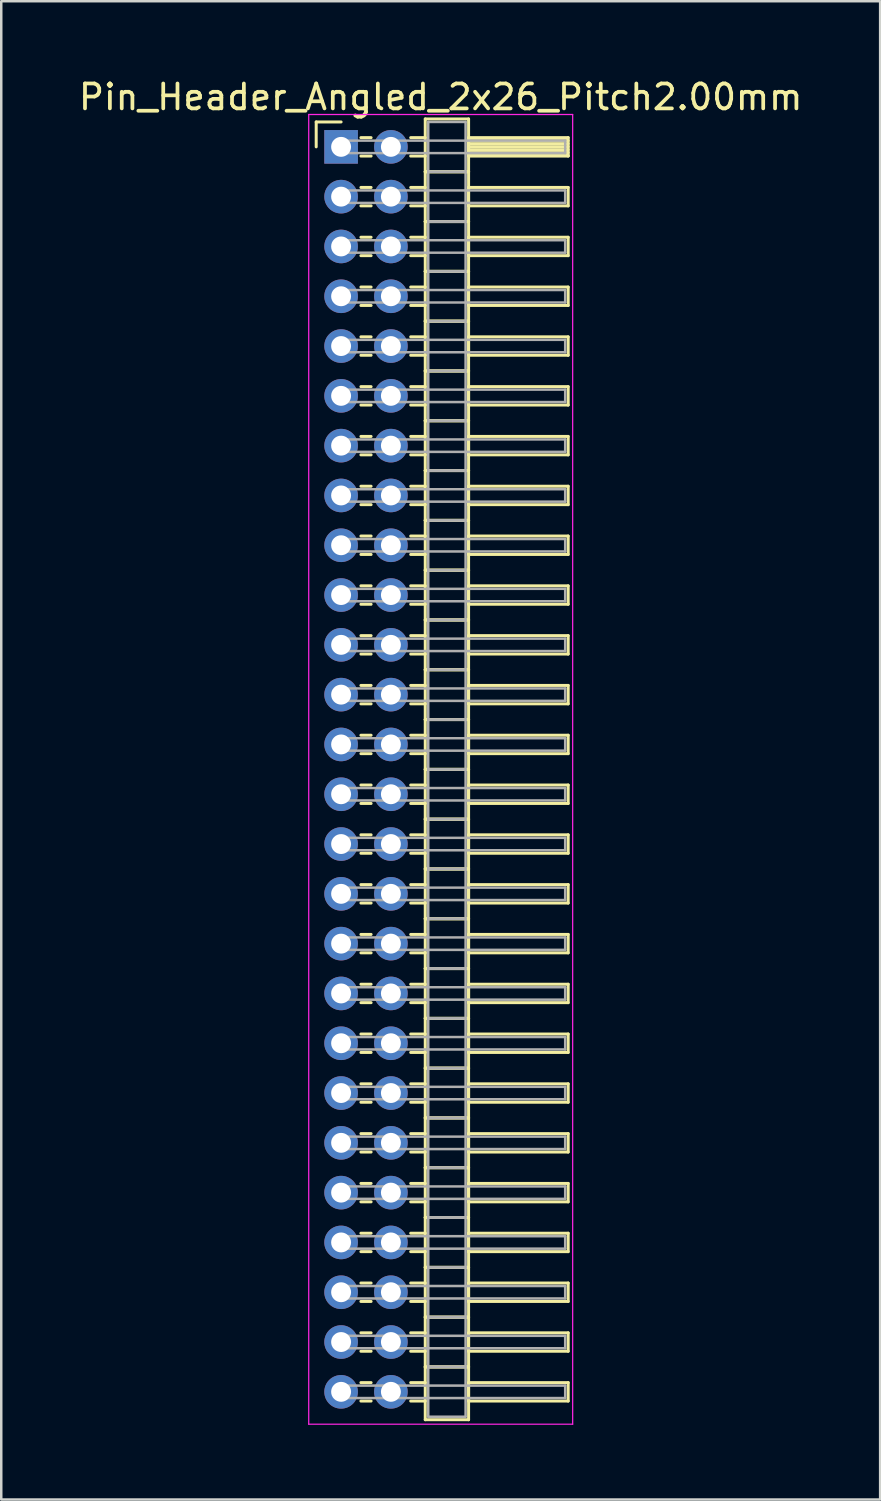
<source format=kicad_pcb>
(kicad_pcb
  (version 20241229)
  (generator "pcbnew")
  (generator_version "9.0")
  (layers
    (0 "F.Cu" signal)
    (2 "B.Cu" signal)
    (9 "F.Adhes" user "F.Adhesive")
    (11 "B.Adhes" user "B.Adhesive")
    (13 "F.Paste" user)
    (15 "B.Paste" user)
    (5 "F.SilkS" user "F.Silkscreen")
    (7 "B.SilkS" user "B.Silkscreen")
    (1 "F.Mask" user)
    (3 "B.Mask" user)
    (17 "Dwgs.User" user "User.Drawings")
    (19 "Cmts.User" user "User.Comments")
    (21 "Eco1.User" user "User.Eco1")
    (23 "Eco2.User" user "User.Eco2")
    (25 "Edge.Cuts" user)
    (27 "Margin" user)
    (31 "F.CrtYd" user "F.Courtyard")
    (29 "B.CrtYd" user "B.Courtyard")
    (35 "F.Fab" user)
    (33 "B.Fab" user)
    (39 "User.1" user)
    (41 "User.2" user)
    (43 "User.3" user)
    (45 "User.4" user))
  (footprint "Pin_Header_Angled_2x26_Pitch2.00mm"
    (layer "F.Cu")
    (at 10.649 2.848)
    (property "Reference" "Pin_Header_Angled_2x26_Pitch2.00mm" (at 4 -2 0) (layer "F.SilkS") (effects (font (size 1 1) (thickness 0.15))))
    (attr through_hole)
    (fp_line (start -1 -1) (end 0 -1) (stroke (width 0.12) (type solid)) (layer "F.SilkS"))
    (fp_line (start -1 0) (end -1 -1) (stroke (width 0.12) (type solid)) (layer "F.SilkS"))
    (fp_line (start 0.795 -0.37) (end 1.205 -0.37) (stroke (width 0.12) (type solid)) (layer "F.SilkS"))
    (fp_line (start 0.795 0.37) (end 1.205 0.37) (stroke (width 0.12) (type solid)) (layer "F.SilkS"))
    (fp_line (start 0.795 1.63) (end 1.205 1.63) (stroke (width 0.12) (type solid)) (layer "F.SilkS"))
    (fp_line (start 0.795 2.37) (end 1.205 2.37) (stroke (width 0.12) (type solid)) (layer "F.SilkS"))
    (fp_line (start 0.795 3.63) (end 1.205 3.63) (stroke (width 0.12) (type solid)) (layer "F.SilkS"))
    (fp_line (start 0.795 4.37) (end 1.205 4.37) (stroke (width 0.12) (type solid)) (layer "F.SilkS"))
    (fp_line (start 0.795 5.63) (end 1.205 5.63) (stroke (width 0.12) (type solid)) (layer "F.SilkS"))
    (fp_line (start 0.795 6.37) (end 1.205 6.37) (stroke (width 0.12) (type solid)) (layer "F.SilkS"))
    (fp_line (start 0.795 7.63) (end 1.205 7.63) (stroke (width 0.12) (type solid)) (layer "F.SilkS"))
    (fp_line (start 0.795 8.37) (end 1.205 8.37) (stroke (width 0.12) (type solid)) (layer "F.SilkS"))
    (fp_line (start 0.795 9.63) (end 1.205 9.63) (stroke (width 0.12) (type solid)) (layer "F.SilkS"))
    (fp_line (start 0.795 10.37) (end 1.205 10.37) (stroke (width 0.12) (type solid)) (layer "F.SilkS"))
    (fp_line (start 0.795 11.63) (end 1.205 11.63) (stroke (width 0.12) (type solid)) (layer "F.SilkS"))
    (fp_line (start 0.795 12.37) (end 1.205 12.37) (stroke (width 0.12) (type solid)) (layer "F.SilkS"))
    (fp_line (start 0.795 13.63) (end 1.205 13.63) (stroke (width 0.12) (type solid)) (layer "F.SilkS"))
    (fp_line (start 0.795 14.37) (end 1.205 14.37) (stroke (width 0.12) (type solid)) (layer "F.SilkS"))
    (fp_line (start 0.795 15.63) (end 1.205 15.63) (stroke (width 0.12) (type solid)) (layer "F.SilkS"))
    (fp_line (start 0.795 16.37) (end 1.205 16.37) (stroke (width 0.12) (type solid)) (layer "F.SilkS"))
    (fp_line (start 0.795 17.63) (end 1.205 17.63) (stroke (width 0.12) (type solid)) (layer "F.SilkS"))
    (fp_line (start 0.795 18.37) (end 1.205 18.37) (stroke (width 0.12) (type solid)) (layer "F.SilkS"))
    (fp_line (start 0.795 19.63) (end 1.205 19.63) (stroke (width 0.12) (type solid)) (layer "F.SilkS"))
    (fp_line (start 0.795 20.37) (end 1.205 20.37) (stroke (width 0.12) (type solid)) (layer "F.SilkS"))
    (fp_line (start 0.795 21.63) (end 1.205 21.63) (stroke (width 0.12) (type solid)) (layer "F.SilkS"))
    (fp_line (start 0.795 22.37) (end 1.205 22.37) (stroke (width 0.12) (type solid)) (layer "F.SilkS"))
    (fp_line (start 0.795 23.63) (end 1.205 23.63) (stroke (width 0.12) (type solid)) (layer "F.SilkS"))
    (fp_line (start 0.795 24.37) (end 1.205 24.37) (stroke (width 0.12) (type solid)) (layer "F.SilkS"))
    (fp_line (start 0.795 25.63) (end 1.205 25.63) (stroke (width 0.12) (type solid)) (layer "F.SilkS"))
    (fp_line (start 0.795 26.37) (end 1.205 26.37) (stroke (width 0.12) (type solid)) (layer "F.SilkS"))
    (fp_line (start 0.795 27.63) (end 1.205 27.63) (stroke (width 0.12) (type solid)) (layer "F.SilkS"))
    (fp_line (start 0.795 28.37) (end 1.205 28.37) (stroke (width 0.12) (type solid)) (layer "F.SilkS"))
    (fp_line (start 0.795 29.63) (end 1.205 29.63) (stroke (width 0.12) (type solid)) (layer "F.SilkS"))
    (fp_line (start 0.795 30.37) (end 1.205 30.37) (stroke (width 0.12) (type solid)) (layer "F.SilkS"))
    (fp_line (start 0.795 31.63) (end 1.205 31.63) (stroke (width 0.12) (type solid)) (layer "F.SilkS"))
    (fp_line (start 0.795 32.37) (end 1.205 32.37) (stroke (width 0.12) (type solid)) (layer "F.SilkS"))
    (fp_line (start 0.795 33.63) (end 1.205 33.63) (stroke (width 0.12) (type solid)) (layer "F.SilkS"))
    (fp_line (start 0.795 34.37) (end 1.205 34.37) (stroke (width 0.12) (type solid)) (layer "F.SilkS"))
    (fp_line (start 0.795 35.63) (end 1.205 35.63) (stroke (width 0.12) (type solid)) (layer "F.SilkS"))
    (fp_line (start 0.795 36.37) (end 1.205 36.37) (stroke (width 0.12) (type solid)) (layer "F.SilkS"))
    (fp_line (start 0.795 37.63) (end 1.205 37.63) (stroke (width 0.12) (type solid)) (layer "F.SilkS"))
    (fp_line (start 0.795 38.37) (end 1.205 38.37) (stroke (width 0.12) (type solid)) (layer "F.SilkS"))
    (fp_line (start 0.795 39.63) (end 1.205 39.63) (stroke (width 0.12) (type solid)) (layer "F.SilkS"))
    (fp_line (start 0.795 40.37) (end 1.205 40.37) (stroke (width 0.12) (type solid)) (layer "F.SilkS"))
    (fp_line (start 0.795 41.63) (end 1.205 41.63) (stroke (width 0.12) (type solid)) (layer "F.SilkS"))
    (fp_line (start 0.795 42.37) (end 1.205 42.37) (stroke (width 0.12) (type solid)) (layer "F.SilkS"))
    (fp_line (start 0.795 43.63) (end 1.205 43.63) (stroke (width 0.12) (type solid)) (layer "F.SilkS"))
    (fp_line (start 0.795 44.37) (end 1.205 44.37) (stroke (width 0.12) (type solid)) (layer "F.SilkS"))
    (fp_line (start 0.795 45.63) (end 1.205 45.63) (stroke (width 0.12) (type solid)) (layer "F.SilkS"))
    (fp_line (start 0.795 46.37) (end 1.205 46.37) (stroke (width 0.12) (type solid)) (layer "F.SilkS"))
    (fp_line (start 0.795 47.63) (end 1.205 47.63) (stroke (width 0.12) (type solid)) (layer "F.SilkS"))
    (fp_line (start 0.795 48.37) (end 1.205 48.37) (stroke (width 0.12) (type solid)) (layer "F.SilkS"))
    (fp_line (start 0.795 49.63) (end 1.205 49.63) (stroke (width 0.12) (type solid)) (layer "F.SilkS"))
    (fp_line (start 0.795 50.37) (end 1.205 50.37) (stroke (width 0.12) (type solid)) (layer "F.SilkS"))
    (fp_line (start 2.795 -0.37) (end 3.38 -0.37) (stroke (width 0.12) (type solid)) (layer "F.SilkS"))
    (fp_line (start 2.795 0.37) (end 3.38 0.37) (stroke (width 0.12) (type solid)) (layer "F.SilkS"))
    (fp_line (start 2.795 1.63) (end 3.38 1.63) (stroke (width 0.12) (type solid)) (layer "F.SilkS"))
    (fp_line (start 2.795 2.37) (end 3.38 2.37) (stroke (width 0.12) (type solid)) (layer "F.SilkS"))
    (fp_line (start 2.795 3.63) (end 3.38 3.63) (stroke (width 0.12) (type solid)) (layer "F.SilkS"))
    (fp_line (start 2.795 4.37) (end 3.38 4.37) (stroke (width 0.12) (type solid)) (layer "F.SilkS"))
    (fp_line (start 2.795 5.63) (end 3.38 5.63) (stroke (width 0.12) (type solid)) (layer "F.SilkS"))
    (fp_line (start 2.795 6.37) (end 3.38 6.37) (stroke (width 0.12) (type solid)) (layer "F.SilkS"))
    (fp_line (start 2.795 7.63) (end 3.38 7.63) (stroke (width 0.12) (type solid)) (layer "F.SilkS"))
    (fp_line (start 2.795 8.37) (end 3.38 8.37) (stroke (width 0.12) (type solid)) (layer "F.SilkS"))
    (fp_line (start 2.795 9.63) (end 3.38 9.63) (stroke (width 0.12) (type solid)) (layer "F.SilkS"))
    (fp_line (start 2.795 10.37) (end 3.38 10.37) (stroke (width 0.12) (type solid)) (layer "F.SilkS"))
    (fp_line (start 2.795 11.63) (end 3.38 11.63) (stroke (width 0.12) (type solid)) (layer "F.SilkS"))
    (fp_line (start 2.795 12.37) (end 3.38 12.37) (stroke (width 0.12) (type solid)) (layer "F.SilkS"))
    (fp_line (start 2.795 13.63) (end 3.38 13.63) (stroke (width 0.12) (type solid)) (layer "F.SilkS"))
    (fp_line (start 2.795 14.37) (end 3.38 14.37) (stroke (width 0.12) (type solid)) (layer "F.SilkS"))
    (fp_line (start 2.795 15.63) (end 3.38 15.63) (stroke (width 0.12) (type solid)) (layer "F.SilkS"))
    (fp_line (start 2.795 16.37) (end 3.38 16.37) (stroke (width 0.12) (type solid)) (layer "F.SilkS"))
    (fp_line (start 2.795 17.63) (end 3.38 17.63) (stroke (width 0.12) (type solid)) (layer "F.SilkS"))
    (fp_line (start 2.795 18.37) (end 3.38 18.37) (stroke (width 0.12) (type solid)) (layer "F.SilkS"))
    (fp_line (start 2.795 19.63) (end 3.38 19.63) (stroke (width 0.12) (type solid)) (layer "F.SilkS"))
    (fp_line (start 2.795 20.37) (end 3.38 20.37) (stroke (width 0.12) (type solid)) (layer "F.SilkS"))
    (fp_line (start 2.795 21.63) (end 3.38 21.63) (stroke (width 0.12) (type solid)) (layer "F.SilkS"))
    (fp_line (start 2.795 22.37) (end 3.38 22.37) (stroke (width 0.12) (type solid)) (layer "F.SilkS"))
    (fp_line (start 2.795 23.63) (end 3.38 23.63) (stroke (width 0.12) (type solid)) (layer "F.SilkS"))
    (fp_line (start 2.795 24.37) (end 3.38 24.37) (stroke (width 0.12) (type solid)) (layer "F.SilkS"))
    (fp_line (start 2.795 25.63) (end 3.38 25.63) (stroke (width 0.12) (type solid)) (layer "F.SilkS"))
    (fp_line (start 2.795 26.37) (end 3.38 26.37) (stroke (width 0.12) (type solid)) (layer "F.SilkS"))
    (fp_line (start 2.795 27.63) (end 3.38 27.63) (stroke (width 0.12) (type solid)) (layer "F.SilkS"))
    (fp_line (start 2.795 28.37) (end 3.38 28.37) (stroke (width 0.12) (type solid)) (layer "F.SilkS"))
    (fp_line (start 2.795 29.63) (end 3.38 29.63) (stroke (width 0.12) (type solid)) (layer "F.SilkS"))
    (fp_line (start 2.795 30.37) (end 3.38 30.37) (stroke (width 0.12) (type solid)) (layer "F.SilkS"))
    (fp_line (start 2.795 31.63) (end 3.38 31.63) (stroke (width 0.12) (type solid)) (layer "F.SilkS"))
    (fp_line (start 2.795 32.37) (end 3.38 32.37) (stroke (width 0.12) (type solid)) (layer "F.SilkS"))
    (fp_line (start 2.795 33.63) (end 3.38 33.63) (stroke (width 0.12) (type solid)) (layer "F.SilkS"))
    (fp_line (start 2.795 34.37) (end 3.38 34.37) (stroke (width 0.12) (type solid)) (layer "F.SilkS"))
    (fp_line (start 2.795 35.63) (end 3.38 35.63) (stroke (width 0.12) (type solid)) (layer "F.SilkS"))
    (fp_line (start 2.795 36.37) (end 3.38 36.37) (stroke (width 0.12) (type solid)) (layer "F.SilkS"))
    (fp_line (start 2.795 37.63) (end 3.38 37.63) (stroke (width 0.12) (type solid)) (layer "F.SilkS"))
    (fp_line (start 2.795 38.37) (end 3.38 38.37) (stroke (width 0.12) (type solid)) (layer "F.SilkS"))
    (fp_line (start 2.795 39.63) (end 3.38 39.63) (stroke (width 0.12) (type solid)) (layer "F.SilkS"))
    (fp_line (start 2.795 40.37) (end 3.38 40.37) (stroke (width 0.12) (type solid)) (layer "F.SilkS"))
    (fp_line (start 2.795 41.63) (end 3.38 41.63) (stroke (width 0.12) (type solid)) (layer "F.SilkS"))
    (fp_line (start 2.795 42.37) (end 3.38 42.37) (stroke (width 0.12) (type solid)) (layer "F.SilkS"))
    (fp_line (start 2.795 43.63) (end 3.38 43.63) (stroke (width 0.12) (type solid)) (layer "F.SilkS"))
    (fp_line (start 2.795 44.37) (end 3.38 44.37) (stroke (width 0.12) (type solid)) (layer "F.SilkS"))
    (fp_line (start 2.795 45.63) (end 3.38 45.63) (stroke (width 0.12) (type solid)) (layer "F.SilkS"))
    (fp_line (start 2.795 46.37) (end 3.38 46.37) (stroke (width 0.12) (type solid)) (layer "F.SilkS"))
    (fp_line (start 2.795 47.63) (end 3.38 47.63) (stroke (width 0.12) (type solid)) (layer "F.SilkS"))
    (fp_line (start 2.795 48.37) (end 3.38 48.37) (stroke (width 0.12) (type solid)) (layer "F.SilkS"))
    (fp_line (start 2.795 49.63) (end 3.38 49.63) (stroke (width 0.12) (type solid)) (layer "F.SilkS"))
    (fp_line (start 2.795 50.37) (end 3.38 50.37) (stroke (width 0.12) (type solid)) (layer "F.SilkS"))
    (fp_line (start 3.38 -1.12) (end 3.38 1) (stroke (width 0.12) (type solid)) (layer "F.SilkS"))
    (fp_line (start 3.38 1) (end 3.38 3) (stroke (width 0.12) (type solid)) (layer "F.SilkS"))
    (fp_line (start 3.38 1) (end 5.12 1) (stroke (width 0.12) (type solid)) (layer "F.SilkS"))
    (fp_line (start 3.38 3) (end 3.38 5) (stroke (width 0.12) (type solid)) (layer "F.SilkS"))
    (fp_line (start 3.38 3) (end 5.12 3) (stroke (width 0.12) (type solid)) (layer "F.SilkS"))
    (fp_line (start 3.38 5) (end 3.38 7) (stroke (width 0.12) (type solid)) (layer "F.SilkS"))
    (fp_line (start 3.38 5) (end 5.12 5) (stroke (width 0.12) (type solid)) (layer "F.SilkS"))
    (fp_line (start 3.38 7) (end 3.38 9) (stroke (width 0.12) (type solid)) (layer "F.SilkS"))
    (fp_line (start 3.38 7) (end 5.12 7) (stroke (width 0.12) (type solid)) (layer "F.SilkS"))
    (fp_line (start 3.38 9) (end 3.38 11) (stroke (width 0.12) (type solid)) (layer "F.SilkS"))
    (fp_line (start 3.38 9) (end 5.12 9) (stroke (width 0.12) (type solid)) (layer "F.SilkS"))
    (fp_line (start 3.38 11) (end 3.38 13) (stroke (width 0.12) (type solid)) (layer "F.SilkS"))
    (fp_line (start 3.38 11) (end 5.12 11) (stroke (width 0.12) (type solid)) (layer "F.SilkS"))
    (fp_line (start 3.38 13) (end 3.38 15) (stroke (width 0.12) (type solid)) (layer "F.SilkS"))
    (fp_line (start 3.38 13) (end 5.12 13) (stroke (width 0.12) (type solid)) (layer "F.SilkS"))
    (fp_line (start 3.38 15) (end 3.38 17) (stroke (width 0.12) (type solid)) (layer "F.SilkS"))
    (fp_line (start 3.38 15) (end 5.12 15) (stroke (width 0.12) (type solid)) (layer "F.SilkS"))
    (fp_line (start 3.38 17) (end 3.38 19) (stroke (width 0.12) (type solid)) (layer "F.SilkS"))
    (fp_line (start 3.38 17) (end 5.12 17) (stroke (width 0.12) (type solid)) (layer "F.SilkS"))
    (fp_line (start 3.38 19) (end 3.38 21) (stroke (width 0.12) (type solid)) (layer "F.SilkS"))
    (fp_line (start 3.38 19) (end 5.12 19) (stroke (width 0.12) (type solid)) (layer "F.SilkS"))
    (fp_line (start 3.38 21) (end 3.38 23) (stroke (width 0.12) (type solid)) (layer "F.SilkS"))
    (fp_line (start 3.38 21) (end 5.12 21) (stroke (width 0.12) (type solid)) (layer "F.SilkS"))
    (fp_line (start 3.38 23) (end 3.38 25) (stroke (width 0.12) (type solid)) (layer "F.SilkS"))
    (fp_line (start 3.38 23) (end 5.12 23) (stroke (width 0.12) (type solid)) (layer "F.SilkS"))
    (fp_line (start 3.38 25) (end 3.38 27) (stroke (width 0.12) (type solid)) (layer "F.SilkS"))
    (fp_line (start 3.38 25) (end 5.12 25) (stroke (width 0.12) (type solid)) (layer "F.SilkS"))
    (fp_line (start 3.38 27) (end 3.38 29) (stroke (width 0.12) (type solid)) (layer "F.SilkS"))
    (fp_line (start 3.38 27) (end 5.12 27) (stroke (width 0.12) (type solid)) (layer "F.SilkS"))
    (fp_line (start 3.38 29) (end 3.38 31) (stroke (width 0.12) (type solid)) (layer "F.SilkS"))
    (fp_line (start 3.38 29) (end 5.12 29) (stroke (width 0.12) (type solid)) (layer "F.SilkS"))
    (fp_line (start 3.38 31) (end 3.38 33) (stroke (width 0.12) (type solid)) (layer "F.SilkS"))
    (fp_line (start 3.38 31) (end 5.12 31) (stroke (width 0.12) (type solid)) (layer "F.SilkS"))
    (fp_line (start 3.38 33) (end 3.38 35) (stroke (width 0.12) (type solid)) (layer "F.SilkS"))
    (fp_line (start 3.38 33) (end 5.12 33) (stroke (width 0.12) (type solid)) (layer "F.SilkS"))
    (fp_line (start 3.38 35) (end 3.38 37) (stroke (width 0.12) (type solid)) (layer "F.SilkS"))
    (fp_line (start 3.38 35) (end 5.12 35) (stroke (width 0.12) (type solid)) (layer "F.SilkS"))
    (fp_line (start 3.38 37) (end 3.38 39) (stroke (width 0.12) (type solid)) (layer "F.SilkS"))
    (fp_line (start 3.38 37) (end 5.12 37) (stroke (width 0.12) (type solid)) (layer "F.SilkS"))
    (fp_line (start 3.38 39) (end 3.38 41) (stroke (width 0.12) (type solid)) (layer "F.SilkS"))
    (fp_line (start 3.38 39) (end 5.12 39) (stroke (width 0.12) (type solid)) (layer "F.SilkS"))
    (fp_line (start 3.38 41) (end 3.38 43) (stroke (width 0.12) (type solid)) (layer "F.SilkS"))
    (fp_line (start 3.38 41) (end 5.12 41) (stroke (width 0.12) (type solid)) (layer "F.SilkS"))
    (fp_line (start 3.38 43) (end 3.38 45) (stroke (width 0.12) (type solid)) (layer "F.SilkS"))
    (fp_line (start 3.38 43) (end 5.12 43) (stroke (width 0.12) (type solid)) (layer "F.SilkS"))
    (fp_line (start 3.38 45) (end 3.38 47) (stroke (width 0.12) (type solid)) (layer "F.SilkS"))
    (fp_line (start 3.38 45) (end 5.12 45) (stroke (width 0.12) (type solid)) (layer "F.SilkS"))
    (fp_line (start 3.38 47) (end 3.38 49) (stroke (width 0.12) (type solid)) (layer "F.SilkS"))
    (fp_line (start 3.38 47) (end 5.12 47) (stroke (width 0.12) (type solid)) (layer "F.SilkS"))
    (fp_line (start 3.38 49) (end 3.38 51.12) (stroke (width 0.12) (type solid)) (layer "F.SilkS"))
    (fp_line (start 3.38 49) (end 5.12 49) (stroke (width 0.12) (type solid)) (layer "F.SilkS"))
    (fp_line (start 3.38 51.12) (end 5.12 51.12) (stroke (width 0.12) (type solid)) (layer "F.SilkS"))
    (fp_line (start 5.12 -1.12) (end 3.38 -1.12) (stroke (width 0.12) (type solid)) (layer "F.SilkS"))
    (fp_line (start 5.12 -0.37) (end 5.12 0.37) (stroke (width 0.12) (type solid)) (layer "F.SilkS"))
    (fp_line (start 5.12 -0.25) (end 9.12 -0.25) (stroke (width 0.12) (type solid)) (layer "F.SilkS"))
    (fp_line (start 5.12 -0.13) (end 9.12 -0.13) (stroke (width 0.12) (type solid)) (layer "F.SilkS"))
    (fp_line (start 5.12 -0.01) (end 9.12 -0.01) (stroke (width 0.12) (type solid)) (layer "F.SilkS"))
    (fp_line (start 5.12 0.11) (end 9.12 0.11) (stroke (width 0.12) (type solid)) (layer "F.SilkS"))
    (fp_line (start 5.12 0.23) (end 9.12 0.23) (stroke (width 0.12) (type solid)) (layer "F.SilkS"))
    (fp_line (start 5.12 0.35) (end 9.12 0.35) (stroke (width 0.12) (type solid)) (layer "F.SilkS"))
    (fp_line (start 5.12 0.37) (end 9.12 0.37) (stroke (width 0.12) (type solid)) (layer "F.SilkS"))
    (fp_line (start 5.12 1) (end 3.38 1) (stroke (width 0.12) (type solid)) (layer "F.SilkS"))
    (fp_line (start 5.12 1) (end 5.12 -1.12) (stroke (width 0.12) (type solid)) (layer "F.SilkS"))
    (fp_line (start 5.12 1.63) (end 5.12 2.37) (stroke (width 0.12) (type solid)) (layer "F.SilkS"))
    (fp_line (start 5.12 2.37) (end 9.12 2.37) (stroke (width 0.12) (type solid)) (layer "F.SilkS"))
    (fp_line (start 5.12 3) (end 3.38 3) (stroke (width 0.12) (type solid)) (layer "F.SilkS"))
    (fp_line (start 5.12 3) (end 5.12 1) (stroke (width 0.12) (type solid)) (layer "F.SilkS"))
    (fp_line (start 5.12 3.63) (end 5.12 4.37) (stroke (width 0.12) (type solid)) (layer "F.SilkS"))
    (fp_line (start 5.12 4.37) (end 9.12 4.37) (stroke (width 0.12) (type solid)) (layer "F.SilkS"))
    (fp_line (start 5.12 5) (end 3.38 5) (stroke (width 0.12) (type solid)) (layer "F.SilkS"))
    (fp_line (start 5.12 5) (end 5.12 3) (stroke (width 0.12) (type solid)) (layer "F.SilkS"))
    (fp_line (start 5.12 5.63) (end 5.12 6.37) (stroke (width 0.12) (type solid)) (layer "F.SilkS"))
    (fp_line (start 5.12 6.37) (end 9.12 6.37) (stroke (width 0.12) (type solid)) (layer "F.SilkS"))
    (fp_line (start 5.12 7) (end 3.38 7) (stroke (width 0.12) (type solid)) (layer "F.SilkS"))
    (fp_line (start 5.12 7) (end 5.12 5) (stroke (width 0.12) (type solid)) (layer "F.SilkS"))
    (fp_line (start 5.12 7.63) (end 5.12 8.37) (stroke (width 0.12) (type solid)) (layer "F.SilkS"))
    (fp_line (start 5.12 8.37) (end 9.12 8.37) (stroke (width 0.12) (type solid)) (layer "F.SilkS"))
    (fp_line (start 5.12 9) (end 3.38 9) (stroke (width 0.12) (type solid)) (layer "F.SilkS"))
    (fp_line (start 5.12 9) (end 5.12 7) (stroke (width 0.12) (type solid)) (layer "F.SilkS"))
    (fp_line (start 5.12 9.63) (end 5.12 10.37) (stroke (width 0.12) (type solid)) (layer "F.SilkS"))
    (fp_line (start 5.12 10.37) (end 9.12 10.37) (stroke (width 0.12) (type solid)) (layer "F.SilkS"))
    (fp_line (start 5.12 11) (end 3.38 11) (stroke (width 0.12) (type solid)) (layer "F.SilkS"))
    (fp_line (start 5.12 11) (end 5.12 9) (stroke (width 0.12) (type solid)) (layer "F.SilkS"))
    (fp_line (start 5.12 11.63) (end 5.12 12.37) (stroke (width 0.12) (type solid)) (layer "F.SilkS"))
    (fp_line (start 5.12 12.37) (end 9.12 12.37) (stroke (width 0.12) (type solid)) (layer "F.SilkS"))
    (fp_line (start 5.12 13) (end 3.38 13) (stroke (width 0.12) (type solid)) (layer "F.SilkS"))
    (fp_line (start 5.12 13) (end 5.12 11) (stroke (width 0.12) (type solid)) (layer "F.SilkS"))
    (fp_line (start 5.12 13.63) (end 5.12 14.37) (stroke (width 0.12) (type solid)) (layer "F.SilkS"))
    (fp_line (start 5.12 14.37) (end 9.12 14.37) (stroke (width 0.12) (type solid)) (layer "F.SilkS"))
    (fp_line (start 5.12 15) (end 3.38 15) (stroke (width 0.12) (type solid)) (layer "F.SilkS"))
    (fp_line (start 5.12 15) (end 5.12 13) (stroke (width 0.12) (type solid)) (layer "F.SilkS"))
    (fp_line (start 5.12 15.63) (end 5.12 16.37) (stroke (width 0.12) (type solid)) (layer "F.SilkS"))
    (fp_line (start 5.12 16.37) (end 9.12 16.37) (stroke (width 0.12) (type solid)) (layer "F.SilkS"))
    (fp_line (start 5.12 17) (end 3.38 17) (stroke (width 0.12) (type solid)) (layer "F.SilkS"))
    (fp_line (start 5.12 17) (end 5.12 15) (stroke (width 0.12) (type solid)) (layer "F.SilkS"))
    (fp_line (start 5.12 17.63) (end 5.12 18.37) (stroke (width 0.12) (type solid)) (layer "F.SilkS"))
    (fp_line (start 5.12 18.37) (end 9.12 18.37) (stroke (width 0.12) (type solid)) (layer "F.SilkS"))
    (fp_line (start 5.12 19) (end 3.38 19) (stroke (width 0.12) (type solid)) (layer "F.SilkS"))
    (fp_line (start 5.12 19) (end 5.12 17) (stroke (width 0.12) (type solid)) (layer "F.SilkS"))
    (fp_line (start 5.12 19.63) (end 5.12 20.37) (stroke (width 0.12) (type solid)) (layer "F.SilkS"))
    (fp_line (start 5.12 20.37) (end 9.12 20.37) (stroke (width 0.12) (type solid)) (layer "F.SilkS"))
    (fp_line (start 5.12 21) (end 3.38 21) (stroke (width 0.12) (type solid)) (layer "F.SilkS"))
    (fp_line (start 5.12 21) (end 5.12 19) (stroke (width 0.12) (type solid)) (layer "F.SilkS"))
    (fp_line (start 5.12 21.63) (end 5.12 22.37) (stroke (width 0.12) (type solid)) (layer "F.SilkS"))
    (fp_line (start 5.12 22.37) (end 9.12 22.37) (stroke (width 0.12) (type solid)) (layer "F.SilkS"))
    (fp_line (start 5.12 23) (end 3.38 23) (stroke (width 0.12) (type solid)) (layer "F.SilkS"))
    (fp_line (start 5.12 23) (end 5.12 21) (stroke (width 0.12) (type solid)) (layer "F.SilkS"))
    (fp_line (start 5.12 23.63) (end 5.12 24.37) (stroke (width 0.12) (type solid)) (layer "F.SilkS"))
    (fp_line (start 5.12 24.37) (end 9.12 24.37) (stroke (width 0.12) (type solid)) (layer "F.SilkS"))
    (fp_line (start 5.12 25) (end 3.38 25) (stroke (width 0.12) (type solid)) (layer "F.SilkS"))
    (fp_line (start 5.12 25) (end 5.12 23) (stroke (width 0.12) (type solid)) (layer "F.SilkS"))
    (fp_line (start 5.12 25.63) (end 5.12 26.37) (stroke (width 0.12) (type solid)) (layer "F.SilkS"))
    (fp_line (start 5.12 26.37) (end 9.12 26.37) (stroke (width 0.12) (type solid)) (layer "F.SilkS"))
    (fp_line (start 5.12 27) (end 3.38 27) (stroke (width 0.12) (type solid)) (layer "F.SilkS"))
    (fp_line (start 5.12 27) (end 5.12 25) (stroke (width 0.12) (type solid)) (layer "F.SilkS"))
    (fp_line (start 5.12 27.63) (end 5.12 28.37) (stroke (width 0.12) (type solid)) (layer "F.SilkS"))
    (fp_line (start 5.12 28.37) (end 9.12 28.37) (stroke (width 0.12) (type solid)) (layer "F.SilkS"))
    (fp_line (start 5.12 29) (end 3.38 29) (stroke (width 0.12) (type solid)) (layer "F.SilkS"))
    (fp_line (start 5.12 29) (end 5.12 27) (stroke (width 0.12) (type solid)) (layer "F.SilkS"))
    (fp_line (start 5.12 29.63) (end 5.12 30.37) (stroke (width 0.12) (type solid)) (layer "F.SilkS"))
    (fp_line (start 5.12 30.37) (end 9.12 30.37) (stroke (width 0.12) (type solid)) (layer "F.SilkS"))
    (fp_line (start 5.12 31) (end 3.38 31) (stroke (width 0.12) (type solid)) (layer "F.SilkS"))
    (fp_line (start 5.12 31) (end 5.12 29) (stroke (width 0.12) (type solid)) (layer "F.SilkS"))
    (fp_line (start 5.12 31.63) (end 5.12 32.37) (stroke (width 0.12) (type solid)) (layer "F.SilkS"))
    (fp_line (start 5.12 32.37) (end 9.12 32.37) (stroke (width 0.12) (type solid)) (layer "F.SilkS"))
    (fp_line (start 5.12 33) (end 3.38 33) (stroke (width 0.12) (type solid)) (layer "F.SilkS"))
    (fp_line (start 5.12 33) (end 5.12 31) (stroke (width 0.12) (type solid)) (layer "F.SilkS"))
    (fp_line (start 5.12 33.63) (end 5.12 34.37) (stroke (width 0.12) (type solid)) (layer "F.SilkS"))
    (fp_line (start 5.12 34.37) (end 9.12 34.37) (stroke (width 0.12) (type solid)) (layer "F.SilkS"))
    (fp_line (start 5.12 35) (end 3.38 35) (stroke (width 0.12) (type solid)) (layer "F.SilkS"))
    (fp_line (start 5.12 35) (end 5.12 33) (stroke (width 0.12) (type solid)) (layer "F.SilkS"))
    (fp_line (start 5.12 35.63) (end 5.12 36.37) (stroke (width 0.12) (type solid)) (layer "F.SilkS"))
    (fp_line (start 5.12 36.37) (end 9.12 36.37) (stroke (width 0.12) (type solid)) (layer "F.SilkS"))
    (fp_line (start 5.12 37) (end 3.38 37) (stroke (width 0.12) (type solid)) (layer "F.SilkS"))
    (fp_line (start 5.12 37) (end 5.12 35) (stroke (width 0.12) (type solid)) (layer "F.SilkS"))
    (fp_line (start 5.12 37.63) (end 5.12 38.37) (stroke (width 0.12) (type solid)) (layer "F.SilkS"))
    (fp_line (start 5.12 38.37) (end 9.12 38.37) (stroke (width 0.12) (type solid)) (layer "F.SilkS"))
    (fp_line (start 5.12 39) (end 3.38 39) (stroke (width 0.12) (type solid)) (layer "F.SilkS"))
    (fp_line (start 5.12 39) (end 5.12 37) (stroke (width 0.12) (type solid)) (layer "F.SilkS"))
    (fp_line (start 5.12 39.63) (end 5.12 40.37) (stroke (width 0.12) (type solid)) (layer "F.SilkS"))
    (fp_line (start 5.12 40.37) (end 9.12 40.37) (stroke (width 0.12) (type solid)) (layer "F.SilkS"))
    (fp_line (start 5.12 41) (end 3.38 41) (stroke (width 0.12) (type solid)) (layer "F.SilkS"))
    (fp_line (start 5.12 41) (end 5.12 39) (stroke (width 0.12) (type solid)) (layer "F.SilkS"))
    (fp_line (start 5.12 41.63) (end 5.12 42.37) (stroke (width 0.12) (type solid)) (layer "F.SilkS"))
    (fp_line (start 5.12 42.37) (end 9.12 42.37) (stroke (width 0.12) (type solid)) (layer "F.SilkS"))
    (fp_line (start 5.12 43) (end 3.38 43) (stroke (width 0.12) (type solid)) (layer "F.SilkS"))
    (fp_line (start 5.12 43) (end 5.12 41) (stroke (width 0.12) (type solid)) (layer "F.SilkS"))
    (fp_line (start 5.12 43.63) (end 5.12 44.37) (stroke (width 0.12) (type solid)) (layer "F.SilkS"))
    (fp_line (start 5.12 44.37) (end 9.12 44.37) (stroke (width 0.12) (type solid)) (layer "F.SilkS"))
    (fp_line (start 5.12 45) (end 3.38 45) (stroke (width 0.12) (type solid)) (layer "F.SilkS"))
    (fp_line (start 5.12 45) (end 5.12 43) (stroke (width 0.12) (type solid)) (layer "F.SilkS"))
    (fp_line (start 5.12 45.63) (end 5.12 46.37) (stroke (width 0.12) (type solid)) (layer "F.SilkS"))
    (fp_line (start 5.12 46.37) (end 9.12 46.37) (stroke (width 0.12) (type solid)) (layer "F.SilkS"))
    (fp_line (start 5.12 47) (end 3.38 47) (stroke (width 0.12) (type solid)) (layer "F.SilkS"))
    (fp_line (start 5.12 47) (end 5.12 45) (stroke (width 0.12) (type solid)) (layer "F.SilkS"))
    (fp_line (start 5.12 47.63) (end 5.12 48.37) (stroke (width 0.12) (type solid)) (layer "F.SilkS"))
    (fp_line (start 5.12 48.37) (end 9.12 48.37) (stroke (width 0.12) (type solid)) (layer "F.SilkS"))
    (fp_line (start 5.12 49) (end 3.38 49) (stroke (width 0.12) (type solid)) (layer "F.SilkS"))
    (fp_line (start 5.12 49) (end 5.12 47) (stroke (width 0.12) (type solid)) (layer "F.SilkS"))
    (fp_line (start 5.12 49.63) (end 5.12 50.37) (stroke (width 0.12) (type solid)) (layer "F.SilkS"))
    (fp_line (start 5.12 50.37) (end 9.12 50.37) (stroke (width 0.12) (type solid)) (layer "F.SilkS"))
    (fp_line (start 5.12 51.12) (end 5.12 49) (stroke (width 0.12) (type solid)) (layer "F.SilkS"))
    (fp_line (start 9.12 -0.37) (end 5.12 -0.37) (stroke (width 0.12) (type solid)) (layer "F.SilkS"))
    (fp_line (start 9.12 0.37) (end 9.12 -0.37) (stroke (width 0.12) (type solid)) (layer "F.SilkS"))
    (fp_line (start 9.12 1.63) (end 5.12 1.63) (stroke (width 0.12) (type solid)) (layer "F.SilkS"))
    (fp_line (start 9.12 2.37) (end 9.12 1.63) (stroke (width 0.12) (type solid)) (layer "F.SilkS"))
    (fp_line (start 9.12 3.63) (end 5.12 3.63) (stroke (width 0.12) (type solid)) (layer "F.SilkS"))
    (fp_line (start 9.12 4.37) (end 9.12 3.63) (stroke (width 0.12) (type solid)) (layer "F.SilkS"))
    (fp_line (start 9.12 5.63) (end 5.12 5.63) (stroke (width 0.12) (type solid)) (layer "F.SilkS"))
    (fp_line (start 9.12 6.37) (end 9.12 5.63) (stroke (width 0.12) (type solid)) (layer "F.SilkS"))
    (fp_line (start 9.12 7.63) (end 5.12 7.63) (stroke (width 0.12) (type solid)) (layer "F.SilkS"))
    (fp_line (start 9.12 8.37) (end 9.12 7.63) (stroke (width 0.12) (type solid)) (layer "F.SilkS"))
    (fp_line (start 9.12 9.63) (end 5.12 9.63) (stroke (width 0.12) (type solid)) (layer "F.SilkS"))
    (fp_line (start 9.12 10.37) (end 9.12 9.63) (stroke (width 0.12) (type solid)) (layer "F.SilkS"))
    (fp_line (start 9.12 11.63) (end 5.12 11.63) (stroke (width 0.12) (type solid)) (layer "F.SilkS"))
    (fp_line (start 9.12 12.37) (end 9.12 11.63) (stroke (width 0.12) (type solid)) (layer "F.SilkS"))
    (fp_line (start 9.12 13.63) (end 5.12 13.63) (stroke (width 0.12) (type solid)) (layer "F.SilkS"))
    (fp_line (start 9.12 14.37) (end 9.12 13.63) (stroke (width 0.12) (type solid)) (layer "F.SilkS"))
    (fp_line (start 9.12 15.63) (end 5.12 15.63) (stroke (width 0.12) (type solid)) (layer "F.SilkS"))
    (fp_line (start 9.12 16.37) (end 9.12 15.63) (stroke (width 0.12) (type solid)) (layer "F.SilkS"))
    (fp_line (start 9.12 17.63) (end 5.12 17.63) (stroke (width 0.12) (type solid)) (layer "F.SilkS"))
    (fp_line (start 9.12 18.37) (end 9.12 17.63) (stroke (width 0.12) (type solid)) (layer "F.SilkS"))
    (fp_line (start 9.12 19.63) (end 5.12 19.63) (stroke (width 0.12) (type solid)) (layer "F.SilkS"))
    (fp_line (start 9.12 20.37) (end 9.12 19.63) (stroke (width 0.12) (type solid)) (layer "F.SilkS"))
    (fp_line (start 9.12 21.63) (end 5.12 21.63) (stroke (width 0.12) (type solid)) (layer "F.SilkS"))
    (fp_line (start 9.12 22.37) (end 9.12 21.63) (stroke (width 0.12) (type solid)) (layer "F.SilkS"))
    (fp_line (start 9.12 23.63) (end 5.12 23.63) (stroke (width 0.12) (type solid)) (layer "F.SilkS"))
    (fp_line (start 9.12 24.37) (end 9.12 23.63) (stroke (width 0.12) (type solid)) (layer "F.SilkS"))
    (fp_line (start 9.12 25.63) (end 5.12 25.63) (stroke (width 0.12) (type solid)) (layer "F.SilkS"))
    (fp_line (start 9.12 26.37) (end 9.12 25.63) (stroke (width 0.12) (type solid)) (layer "F.SilkS"))
    (fp_line (start 9.12 27.63) (end 5.12 27.63) (stroke (width 0.12) (type solid)) (layer "F.SilkS"))
    (fp_line (start 9.12 28.37) (end 9.12 27.63) (stroke (width 0.12) (type solid)) (layer "F.SilkS"))
    (fp_line (start 9.12 29.63) (end 5.12 29.63) (stroke (width 0.12) (type solid)) (layer "F.SilkS"))
    (fp_line (start 9.12 30.37) (end 9.12 29.63) (stroke (width 0.12) (type solid)) (layer "F.SilkS"))
    (fp_line (start 9.12 31.63) (end 5.12 31.63) (stroke (width 0.12) (type solid)) (layer "F.SilkS"))
    (fp_line (start 9.12 32.37) (end 9.12 31.63) (stroke (width 0.12) (type solid)) (layer "F.SilkS"))
    (fp_line (start 9.12 33.63) (end 5.12 33.63) (stroke (width 0.12) (type solid)) (layer "F.SilkS"))
    (fp_line (start 9.12 34.37) (end 9.12 33.63) (stroke (width 0.12) (type solid)) (layer "F.SilkS"))
    (fp_line (start 9.12 35.63) (end 5.12 35.63) (stroke (width 0.12) (type solid)) (layer "F.SilkS"))
    (fp_line (start 9.12 36.37) (end 9.12 35.63) (stroke (width 0.12) (type solid)) (layer "F.SilkS"))
    (fp_line (start 9.12 37.63) (end 5.12 37.63) (stroke (width 0.12) (type solid)) (layer "F.SilkS"))
    (fp_line (start 9.12 38.37) (end 9.12 37.63) (stroke (width 0.12) (type solid)) (layer "F.SilkS"))
    (fp_line (start 9.12 39.63) (end 5.12 39.63) (stroke (width 0.12) (type solid)) (layer "F.SilkS"))
    (fp_line (start 9.12 40.37) (end 9.12 39.63) (stroke (width 0.12) (type solid)) (layer "F.SilkS"))
    (fp_line (start 9.12 41.63) (end 5.12 41.63) (stroke (width 0.12) (type solid)) (layer "F.SilkS"))
    (fp_line (start 9.12 42.37) (end 9.12 41.63) (stroke (width 0.12) (type solid)) (layer "F.SilkS"))
    (fp_line (start 9.12 43.63) (end 5.12 43.63) (stroke (width 0.12) (type solid)) (layer "F.SilkS"))
    (fp_line (start 9.12 44.37) (end 9.12 43.63) (stroke (width 0.12) (type solid)) (layer "F.SilkS"))
    (fp_line (start 9.12 45.63) (end 5.12 45.63) (stroke (width 0.12) (type solid)) (layer "F.SilkS"))
    (fp_line (start 9.12 46.37) (end 9.12 45.63) (stroke (width 0.12) (type solid)) (layer "F.SilkS"))
    (fp_line (start 9.12 47.63) (end 5.12 47.63) (stroke (width 0.12) (type solid)) (layer "F.SilkS"))
    (fp_line (start 9.12 48.37) (end 9.12 47.63) (stroke (width 0.12) (type solid)) (layer "F.SilkS"))
    (fp_line (start 9.12 49.63) (end 5.12 49.63) (stroke (width 0.12) (type solid)) (layer "F.SilkS"))
    (fp_line (start 9.12 50.37) (end 9.12 49.63) (stroke (width 0.12) (type solid)) (layer "F.SilkS"))
    (fp_line (start -1.3 -1.3) (end -1.3 51.3) (stroke (width 0.05) (type solid)) (layer "F.CrtYd"))
    (fp_line (start -1.3 51.3) (end 9.3 51.3) (stroke (width 0.05) (type solid)) (layer "F.CrtYd"))
    (fp_line (start 9.3 -1.3) (end -1.3 -1.3) (stroke (width 0.05) (type solid)) (layer "F.CrtYd"))
    (fp_line (start 9.3 51.3) (end 9.3 -1.3) (stroke (width 0.05) (type solid)) (layer "F.CrtYd"))
    (fp_line (start 0 -0.25) (end 0 0.25) (stroke (width 0.1) (type solid)) (layer "F.Fab"))
    (fp_line (start 0 0.25) (end 9 0.25) (stroke (width 0.1) (type solid)) (layer "F.Fab"))
    (fp_line (start 0 1.75) (end 0 2.25) (stroke (width 0.1) (type solid)) (layer "F.Fab"))
    (fp_line (start 0 2.25) (end 9 2.25) (stroke (width 0.1) (type solid)) (layer "F.Fab"))
    (fp_line (start 0 3.75) (end 0 4.25) (stroke (width 0.1) (type solid)) (layer "F.Fab"))
    (fp_line (start 0 4.25) (end 9 4.25) (stroke (width 0.1) (type solid)) (layer "F.Fab"))
    (fp_line (start 0 5.75) (end 0 6.25) (stroke (width 0.1) (type solid)) (layer "F.Fab"))
    (fp_line (start 0 6.25) (end 9 6.25) (stroke (width 0.1) (type solid)) (layer "F.Fab"))
    (fp_line (start 0 7.75) (end 0 8.25) (stroke (width 0.1) (type solid)) (layer "F.Fab"))
    (fp_line (start 0 8.25) (end 9 8.25) (stroke (width 0.1) (type solid)) (layer "F.Fab"))
    (fp_line (start 0 9.75) (end 0 10.25) (stroke (width 0.1) (type solid)) (layer "F.Fab"))
    (fp_line (start 0 10.25) (end 9 10.25) (stroke (width 0.1) (type solid)) (layer "F.Fab"))
    (fp_line (start 0 11.75) (end 0 12.25) (stroke (width 0.1) (type solid)) (layer "F.Fab"))
    (fp_line (start 0 12.25) (end 9 12.25) (stroke (width 0.1) (type solid)) (layer "F.Fab"))
    (fp_line (start 0 13.75) (end 0 14.25) (stroke (width 0.1) (type solid)) (layer "F.Fab"))
    (fp_line (start 0 14.25) (end 9 14.25) (stroke (width 0.1) (type solid)) (layer "F.Fab"))
    (fp_line (start 0 15.75) (end 0 16.25) (stroke (width 0.1) (type solid)) (layer "F.Fab"))
    (fp_line (start 0 16.25) (end 9 16.25) (stroke (width 0.1) (type solid)) (layer "F.Fab"))
    (fp_line (start 0 17.75) (end 0 18.25) (stroke (width 0.1) (type solid)) (layer "F.Fab"))
    (fp_line (start 0 18.25) (end 9 18.25) (stroke (width 0.1) (type solid)) (layer "F.Fab"))
    (fp_line (start 0 19.75) (end 0 20.25) (stroke (width 0.1) (type solid)) (layer "F.Fab"))
    (fp_line (start 0 20.25) (end 9 20.25) (stroke (width 0.1) (type solid)) (layer "F.Fab"))
    (fp_line (start 0 21.75) (end 0 22.25) (stroke (width 0.1) (type solid)) (layer "F.Fab"))
    (fp_line (start 0 22.25) (end 9 22.25) (stroke (width 0.1) (type solid)) (layer "F.Fab"))
    (fp_line (start 0 23.75) (end 0 24.25) (stroke (width 0.1) (type solid)) (layer "F.Fab"))
    (fp_line (start 0 24.25) (end 9 24.25) (stroke (width 0.1) (type solid)) (layer "F.Fab"))
    (fp_line (start 0 25.75) (end 0 26.25) (stroke (width 0.1) (type solid)) (layer "F.Fab"))
    (fp_line (start 0 26.25) (end 9 26.25) (stroke (width 0.1) (type solid)) (layer "F.Fab"))
    (fp_line (start 0 27.75) (end 0 28.25) (stroke (width 0.1) (type solid)) (layer "F.Fab"))
    (fp_line (start 0 28.25) (end 9 28.25) (stroke (width 0.1) (type solid)) (layer "F.Fab"))
    (fp_line (start 0 29.75) (end 0 30.25) (stroke (width 0.1) (type solid)) (layer "F.Fab"))
    (fp_line (start 0 30.25) (end 9 30.25) (stroke (width 0.1) (type solid)) (layer "F.Fab"))
    (fp_line (start 0 31.75) (end 0 32.25) (stroke (width 0.1) (type solid)) (layer "F.Fab"))
    (fp_line (start 0 32.25) (end 9 32.25) (stroke (width 0.1) (type solid)) (layer "F.Fab"))
    (fp_line (start 0 33.75) (end 0 34.25) (stroke (width 0.1) (type solid)) (layer "F.Fab"))
    (fp_line (start 0 34.25) (end 9 34.25) (stroke (width 0.1) (type solid)) (layer "F.Fab"))
    (fp_line (start 0 35.75) (end 0 36.25) (stroke (width 0.1) (type solid)) (layer "F.Fab"))
    (fp_line (start 0 36.25) (end 9 36.25) (stroke (width 0.1) (type solid)) (layer "F.Fab"))
    (fp_line (start 0 37.75) (end 0 38.25) (stroke (width 0.1) (type solid)) (layer "F.Fab"))
    (fp_line (start 0 38.25) (end 9 38.25) (stroke (width 0.1) (type solid)) (layer "F.Fab"))
    (fp_line (start 0 39.75) (end 0 40.25) (stroke (width 0.1) (type solid)) (layer "F.Fab"))
    (fp_line (start 0 40.25) (end 9 40.25) (stroke (width 0.1) (type solid)) (layer "F.Fab"))
    (fp_line (start 0 41.75) (end 0 42.25) (stroke (width 0.1) (type solid)) (layer "F.Fab"))
    (fp_line (start 0 42.25) (end 9 42.25) (stroke (width 0.1) (type solid)) (layer "F.Fab"))
    (fp_line (start 0 43.75) (end 0 44.25) (stroke (width 0.1) (type solid)) (layer "F.Fab"))
    (fp_line (start 0 44.25) (end 9 44.25) (stroke (width 0.1) (type solid)) (layer "F.Fab"))
    (fp_line (start 0 45.75) (end 0 46.25) (stroke (width 0.1) (type solid)) (layer "F.Fab"))
    (fp_line (start 0 46.25) (end 9 46.25) (stroke (width 0.1) (type solid)) (layer "F.Fab"))
    (fp_line (start 0 47.75) (end 0 48.25) (stroke (width 0.1) (type solid)) (layer "F.Fab"))
    (fp_line (start 0 48.25) (end 9 48.25) (stroke (width 0.1) (type solid)) (layer "F.Fab"))
    (fp_line (start 0 49.75) (end 0 50.25) (stroke (width 0.1) (type solid)) (layer "F.Fab"))
    (fp_line (start 0 50.25) (end 9 50.25) (stroke (width 0.1) (type solid)) (layer "F.Fab"))
    (fp_line (start 3.5 -1) (end 3.5 1) (stroke (width 0.1) (type solid)) (layer "F.Fab"))
    (fp_line (start 3.5 1) (end 3.5 3) (stroke (width 0.1) (type solid)) (layer "F.Fab"))
    (fp_line (start 3.5 1) (end 5 1) (stroke (width 0.1) (type solid)) (layer "F.Fab"))
    (fp_line (start 3.5 3) (end 3.5 5) (stroke (width 0.1) (type solid)) (layer "F.Fab"))
    (fp_line (start 3.5 3) (end 5 3) (stroke (width 0.1) (type solid)) (layer "F.Fab"))
    (fp_line (start 3.5 5) (end 3.5 7) (stroke (width 0.1) (type solid)) (layer "F.Fab"))
    (fp_line (start 3.5 5) (end 5 5) (stroke (width 0.1) (type solid)) (layer "F.Fab"))
    (fp_line (start 3.5 7) (end 3.5 9) (stroke (width 0.1) (type solid)) (layer "F.Fab"))
    (fp_line (start 3.5 7) (end 5 7) (stroke (width 0.1) (type solid)) (layer "F.Fab"))
    (fp_line (start 3.5 9) (end 3.5 11) (stroke (width 0.1) (type solid)) (layer "F.Fab"))
    (fp_line (start 3.5 9) (end 5 9) (stroke (width 0.1) (type solid)) (layer "F.Fab"))
    (fp_line (start 3.5 11) (end 3.5 13) (stroke (width 0.1) (type solid)) (layer "F.Fab"))
    (fp_line (start 3.5 11) (end 5 11) (stroke (width 0.1) (type solid)) (layer "F.Fab"))
    (fp_line (start 3.5 13) (end 3.5 15) (stroke (width 0.1) (type solid)) (layer "F.Fab"))
    (fp_line (start 3.5 13) (end 5 13) (stroke (width 0.1) (type solid)) (layer "F.Fab"))
    (fp_line (start 3.5 15) (end 3.5 17) (stroke (width 0.1) (type solid)) (layer "F.Fab"))
    (fp_line (start 3.5 15) (end 5 15) (stroke (width 0.1) (type solid)) (layer "F.Fab"))
    (fp_line (start 3.5 17) (end 3.5 19) (stroke (width 0.1) (type solid)) (layer "F.Fab"))
    (fp_line (start 3.5 17) (end 5 17) (stroke (width 0.1) (type solid)) (layer "F.Fab"))
    (fp_line (start 3.5 19) (end 3.5 21) (stroke (width 0.1) (type solid)) (layer "F.Fab"))
    (fp_line (start 3.5 19) (end 5 19) (stroke (width 0.1) (type solid)) (layer "F.Fab"))
    (fp_line (start 3.5 21) (end 3.5 23) (stroke (width 0.1) (type solid)) (layer "F.Fab"))
    (fp_line (start 3.5 21) (end 5 21) (stroke (width 0.1) (type solid)) (layer "F.Fab"))
    (fp_line (start 3.5 23) (end 3.5 25) (stroke (width 0.1) (type solid)) (layer "F.Fab"))
    (fp_line (start 3.5 23) (end 5 23) (stroke (width 0.1) (type solid)) (layer "F.Fab"))
    (fp_line (start 3.5 25) (end 3.5 27) (stroke (width 0.1) (type solid)) (layer "F.Fab"))
    (fp_line (start 3.5 25) (end 5 25) (stroke (width 0.1) (type solid)) (layer "F.Fab"))
    (fp_line (start 3.5 27) (end 3.5 29) (stroke (width 0.1) (type solid)) (layer "F.Fab"))
    (fp_line (start 3.5 27) (end 5 27) (stroke (width 0.1) (type solid)) (layer "F.Fab"))
    (fp_line (start 3.5 29) (end 3.5 31) (stroke (width 0.1) (type solid)) (layer "F.Fab"))
    (fp_line (start 3.5 29) (end 5 29) (stroke (width 0.1) (type solid)) (layer "F.Fab"))
    (fp_line (start 3.5 31) (end 3.5 33) (stroke (width 0.1) (type solid)) (layer "F.Fab"))
    (fp_line (start 3.5 31) (end 5 31) (stroke (width 0.1) (type solid)) (layer "F.Fab"))
    (fp_line (start 3.5 33) (end 3.5 35) (stroke (width 0.1) (type solid)) (layer "F.Fab"))
    (fp_line (start 3.5 33) (end 5 33) (stroke (width 0.1) (type solid)) (layer "F.Fab"))
    (fp_line (start 3.5 35) (end 3.5 37) (stroke (width 0.1) (type solid)) (layer "F.Fab"))
    (fp_line (start 3.5 35) (end 5 35) (stroke (width 0.1) (type solid)) (layer "F.Fab"))
    (fp_line (start 3.5 37) (end 3.5 39) (stroke (width 0.1) (type solid)) (layer "F.Fab"))
    (fp_line (start 3.5 37) (end 5 37) (stroke (width 0.1) (type solid)) (layer "F.Fab"))
    (fp_line (start 3.5 39) (end 3.5 41) (stroke (width 0.1) (type solid)) (layer "F.Fab"))
    (fp_line (start 3.5 39) (end 5 39) (stroke (width 0.1) (type solid)) (layer "F.Fab"))
    (fp_line (start 3.5 41) (end 3.5 43) (stroke (width 0.1) (type solid)) (layer "F.Fab"))
    (fp_line (start 3.5 41) (end 5 41) (stroke (width 0.1) (type solid)) (layer "F.Fab"))
    (fp_line (start 3.5 43) (end 3.5 45) (stroke (width 0.1) (type solid)) (layer "F.Fab"))
    (fp_line (start 3.5 43) (end 5 43) (stroke (width 0.1) (type solid)) (layer "F.Fab"))
    (fp_line (start 3.5 45) (end 3.5 47) (stroke (width 0.1) (type solid)) (layer "F.Fab"))
    (fp_line (start 3.5 45) (end 5 45) (stroke (width 0.1) (type solid)) (layer "F.Fab"))
    (fp_line (start 3.5 47) (end 3.5 49) (stroke (width 0.1) (type solid)) (layer "F.Fab"))
    (fp_line (start 3.5 47) (end 5 47) (stroke (width 0.1) (type solid)) (layer "F.Fab"))
    (fp_line (start 3.5 49) (end 3.5 51) (stroke (width 0.1) (type solid)) (layer "F.Fab"))
    (fp_line (start 3.5 49) (end 5 49) (stroke (width 0.1) (type solid)) (layer "F.Fab"))
    (fp_line (start 3.5 51) (end 5 51) (stroke (width 0.1) (type solid)) (layer "F.Fab"))
    (fp_line (start 5 -1) (end 3.5 -1) (stroke (width 0.1) (type solid)) (layer "F.Fab"))
    (fp_line (start 5 1) (end 3.5 1) (stroke (width 0.1) (type solid)) (layer "F.Fab"))
    (fp_line (start 5 1) (end 5 -1) (stroke (width 0.1) (type solid)) (layer "F.Fab"))
    (fp_line (start 5 3) (end 3.5 3) (stroke (width 0.1) (type solid)) (layer "F.Fab"))
    (fp_line (start 5 3) (end 5 1) (stroke (width 0.1) (type solid)) (layer "F.Fab"))
    (fp_line (start 5 5) (end 3.5 5) (stroke (width 0.1) (type solid)) (layer "F.Fab"))
    (fp_line (start 5 5) (end 5 3) (stroke (width 0.1) (type solid)) (layer "F.Fab"))
    (fp_line (start 5 7) (end 3.5 7) (stroke (width 0.1) (type solid)) (layer "F.Fab"))
    (fp_line (start 5 7) (end 5 5) (stroke (width 0.1) (type solid)) (layer "F.Fab"))
    (fp_line (start 5 9) (end 3.5 9) (stroke (width 0.1) (type solid)) (layer "F.Fab"))
    (fp_line (start 5 9) (end 5 7) (stroke (width 0.1) (type solid)) (layer "F.Fab"))
    (fp_line (start 5 11) (end 3.5 11) (stroke (width 0.1) (type solid)) (layer "F.Fab"))
    (fp_line (start 5 11) (end 5 9) (stroke (width 0.1) (type solid)) (layer "F.Fab"))
    (fp_line (start 5 13) (end 3.5 13) (stroke (width 0.1) (type solid)) (layer "F.Fab"))
    (fp_line (start 5 13) (end 5 11) (stroke (width 0.1) (type solid)) (layer "F.Fab"))
    (fp_line (start 5 15) (end 3.5 15) (stroke (width 0.1) (type solid)) (layer "F.Fab"))
    (fp_line (start 5 15) (end 5 13) (stroke (width 0.1) (type solid)) (layer "F.Fab"))
    (fp_line (start 5 17) (end 3.5 17) (stroke (width 0.1) (type solid)) (layer "F.Fab"))
    (fp_line (start 5 17) (end 5 15) (stroke (width 0.1) (type solid)) (layer "F.Fab"))
    (fp_line (start 5 19) (end 3.5 19) (stroke (width 0.1) (type solid)) (layer "F.Fab"))
    (fp_line (start 5 19) (end 5 17) (stroke (width 0.1) (type solid)) (layer "F.Fab"))
    (fp_line (start 5 21) (end 3.5 21) (stroke (width 0.1) (type solid)) (layer "F.Fab"))
    (fp_line (start 5 21) (end 5 19) (stroke (width 0.1) (type solid)) (layer "F.Fab"))
    (fp_line (start 5 23) (end 3.5 23) (stroke (width 0.1) (type solid)) (layer "F.Fab"))
    (fp_line (start 5 23) (end 5 21) (stroke (width 0.1) (type solid)) (layer "F.Fab"))
    (fp_line (start 5 25) (end 3.5 25) (stroke (width 0.1) (type solid)) (layer "F.Fab"))
    (fp_line (start 5 25) (end 5 23) (stroke (width 0.1) (type solid)) (layer "F.Fab"))
    (fp_line (start 5 27) (end 3.5 27) (stroke (width 0.1) (type solid)) (layer "F.Fab"))
    (fp_line (start 5 27) (end 5 25) (stroke (width 0.1) (type solid)) (layer "F.Fab"))
    (fp_line (start 5 29) (end 3.5 29) (stroke (width 0.1) (type solid)) (layer "F.Fab"))
    (fp_line (start 5 29) (end 5 27) (stroke (width 0.1) (type solid)) (layer "F.Fab"))
    (fp_line (start 5 31) (end 3.5 31) (stroke (width 0.1) (type solid)) (layer "F.Fab"))
    (fp_line (start 5 31) (end 5 29) (stroke (width 0.1) (type solid)) (layer "F.Fab"))
    (fp_line (start 5 33) (end 3.5 33) (stroke (width 0.1) (type solid)) (layer "F.Fab"))
    (fp_line (start 5 33) (end 5 31) (stroke (width 0.1) (type solid)) (layer "F.Fab"))
    (fp_line (start 5 35) (end 3.5 35) (stroke (width 0.1) (type solid)) (layer "F.Fab"))
    (fp_line (start 5 35) (end 5 33) (stroke (width 0.1) (type solid)) (layer "F.Fab"))
    (fp_line (start 5 37) (end 3.5 37) (stroke (width 0.1) (type solid)) (layer "F.Fab"))
    (fp_line (start 5 37) (end 5 35) (stroke (width 0.1) (type solid)) (layer "F.Fab"))
    (fp_line (start 5 39) (end 3.5 39) (stroke (width 0.1) (type solid)) (layer "F.Fab"))
    (fp_line (start 5 39) (end 5 37) (stroke (width 0.1) (type solid)) (layer "F.Fab"))
    (fp_line (start 5 41) (end 3.5 41) (stroke (width 0.1) (type solid)) (layer "F.Fab"))
    (fp_line (start 5 41) (end 5 39) (stroke (width 0.1) (type solid)) (layer "F.Fab"))
    (fp_line (start 5 43) (end 3.5 43) (stroke (width 0.1) (type solid)) (layer "F.Fab"))
    (fp_line (start 5 43) (end 5 41) (stroke (width 0.1) (type solid)) (layer "F.Fab"))
    (fp_line (start 5 45) (end 3.5 45) (stroke (width 0.1) (type solid)) (layer "F.Fab"))
    (fp_line (start 5 45) (end 5 43) (stroke (width 0.1) (type solid)) (layer "F.Fab"))
    (fp_line (start 5 47) (end 3.5 47) (stroke (width 0.1) (type solid)) (layer "F.Fab"))
    (fp_line (start 5 47) (end 5 45) (stroke (width 0.1) (type solid)) (layer "F.Fab"))
    (fp_line (start 5 49) (end 3.5 49) (stroke (width 0.1) (type solid)) (layer "F.Fab"))
    (fp_line (start 5 49) (end 5 47) (stroke (width 0.1) (type solid)) (layer "F.Fab"))
    (fp_line (start 5 51) (end 5 49) (stroke (width 0.1) (type solid)) (layer "F.Fab"))
    (fp_line (start 9 -0.25) (end 0 -0.25) (stroke (width 0.1) (type solid)) (layer "F.Fab"))
    (fp_line (start 9 0.25) (end 9 -0.25) (stroke (width 0.1) (type solid)) (layer "F.Fab"))
    (fp_line (start 9 1.75) (end 0 1.75) (stroke (width 0.1) (type solid)) (layer "F.Fab"))
    (fp_line (start 9 2.25) (end 9 1.75) (stroke (width 0.1) (type solid)) (layer "F.Fab"))
    (fp_line (start 9 3.75) (end 0 3.75) (stroke (width 0.1) (type solid)) (layer "F.Fab"))
    (fp_line (start 9 4.25) (end 9 3.75) (stroke (width 0.1) (type solid)) (layer "F.Fab"))
    (fp_line (start 9 5.75) (end 0 5.75) (stroke (width 0.1) (type solid)) (layer "F.Fab"))
    (fp_line (start 9 6.25) (end 9 5.75) (stroke (width 0.1) (type solid)) (layer "F.Fab"))
    (fp_line (start 9 7.75) (end 0 7.75) (stroke (width 0.1) (type solid)) (layer "F.Fab"))
    (fp_line (start 9 8.25) (end 9 7.75) (stroke (width 0.1) (type solid)) (layer "F.Fab"))
    (fp_line (start 9 9.75) (end 0 9.75) (stroke (width 0.1) (type solid)) (layer "F.Fab"))
    (fp_line (start 9 10.25) (end 9 9.75) (stroke (width 0.1) (type solid)) (layer "F.Fab"))
    (fp_line (start 9 11.75) (end 0 11.75) (stroke (width 0.1) (type solid)) (layer "F.Fab"))
    (fp_line (start 9 12.25) (end 9 11.75) (stroke (width 0.1) (type solid)) (layer "F.Fab"))
    (fp_line (start 9 13.75) (end 0 13.75) (stroke (width 0.1) (type solid)) (layer "F.Fab"))
    (fp_line (start 9 14.25) (end 9 13.75) (stroke (width 0.1) (type solid)) (layer "F.Fab"))
    (fp_line (start 9 15.75) (end 0 15.75) (stroke (width 0.1) (type solid)) (layer "F.Fab"))
    (fp_line (start 9 16.25) (end 9 15.75) (stroke (width 0.1) (type solid)) (layer "F.Fab"))
    (fp_line (start 9 17.75) (end 0 17.75) (stroke (width 0.1) (type solid)) (layer "F.Fab"))
    (fp_line (start 9 18.25) (end 9 17.75) (stroke (width 0.1) (type solid)) (layer "F.Fab"))
    (fp_line (start 9 19.75) (end 0 19.75) (stroke (width 0.1) (type solid)) (layer "F.Fab"))
    (fp_line (start 9 20.25) (end 9 19.75) (stroke (width 0.1) (type solid)) (layer "F.Fab"))
    (fp_line (start 9 21.75) (end 0 21.75) (stroke (width 0.1) (type solid)) (layer "F.Fab"))
    (fp_line (start 9 22.25) (end 9 21.75) (stroke (width 0.1) (type solid)) (layer "F.Fab"))
    (fp_line (start 9 23.75) (end 0 23.75) (stroke (width 0.1) (type solid)) (layer "F.Fab"))
    (fp_line (start 9 24.25) (end 9 23.75) (stroke (width 0.1) (type solid)) (layer "F.Fab"))
    (fp_line (start 9 25.75) (end 0 25.75) (stroke (width 0.1) (type solid)) (layer "F.Fab"))
    (fp_line (start 9 26.25) (end 9 25.75) (stroke (width 0.1) (type solid)) (layer "F.Fab"))
    (fp_line (start 9 27.75) (end 0 27.75) (stroke (width 0.1) (type solid)) (layer "F.Fab"))
    (fp_line (start 9 28.25) (end 9 27.75) (stroke (width 0.1) (type solid)) (layer "F.Fab"))
    (fp_line (start 9 29.75) (end 0 29.75) (stroke (width 0.1) (type solid)) (layer "F.Fab"))
    (fp_line (start 9 30.25) (end 9 29.75) (stroke (width 0.1) (type solid)) (layer "F.Fab"))
    (fp_line (start 9 31.75) (end 0 31.75) (stroke (width 0.1) (type solid)) (layer "F.Fab"))
    (fp_line (start 9 32.25) (end 9 31.75) (stroke (width 0.1) (type solid)) (layer "F.Fab"))
    (fp_line (start 9 33.75) (end 0 33.75) (stroke (width 0.1) (type solid)) (layer "F.Fab"))
    (fp_line (start 9 34.25) (end 9 33.75) (stroke (width 0.1) (type solid)) (layer "F.Fab"))
    (fp_line (start 9 35.75) (end 0 35.75) (stroke (width 0.1) (type solid)) (layer "F.Fab"))
    (fp_line (start 9 36.25) (end 9 35.75) (stroke (width 0.1) (type solid)) (layer "F.Fab"))
    (fp_line (start 9 37.75) (end 0 37.75) (stroke (width 0.1) (type solid)) (layer "F.Fab"))
    (fp_line (start 9 38.25) (end 9 37.75) (stroke (width 0.1) (type solid)) (layer "F.Fab"))
    (fp_line (start 9 39.75) (end 0 39.75) (stroke (width 0.1) (type solid)) (layer "F.Fab"))
    (fp_line (start 9 40.25) (end 9 39.75) (stroke (width 0.1) (type solid)) (layer "F.Fab"))
    (fp_line (start 9 41.75) (end 0 41.75) (stroke (width 0.1) (type solid)) (layer "F.Fab"))
    (fp_line (start 9 42.25) (end 9 41.75) (stroke (width 0.1) (type solid)) (layer "F.Fab"))
    (fp_line (start 9 43.75) (end 0 43.75) (stroke (width 0.1) (type solid)) (layer "F.Fab"))
    (fp_line (start 9 44.25) (end 9 43.75) (stroke (width 0.1) (type solid)) (layer "F.Fab"))
    (fp_line (start 9 45.75) (end 0 45.75) (stroke (width 0.1) (type solid)) (layer "F.Fab"))
    (fp_line (start 9 46.25) (end 9 45.75) (stroke (width 0.1) (type solid)) (layer "F.Fab"))
    (fp_line (start 9 47.75) (end 0 47.75) (stroke (width 0.1) (type solid)) (layer "F.Fab"))
    (fp_line (start 9 48.25) (end 9 47.75) (stroke (width 0.1) (type solid)) (layer "F.Fab"))
    (fp_line (start 9 49.75) (end 0 49.75) (stroke (width 0.1) (type solid)) (layer "F.Fab"))
    (fp_line (start 9 50.25) (end 9 49.75) (stroke (width 0.1) (type solid)) (layer "F.Fab"))
    (pad "1" thru_hole rect (at 0 0) (size 1.35 1.35) (drill 0.8) (layers "*.Cu" "*.Mask"))
    (pad "2" thru_hole oval (at 2 0) (size 1.35 1.35) (drill 0.8) (layers "*.Cu" "*.Mask"))
    (pad "3" thru_hole oval (at 0 2) (size 1.35 1.35) (drill 0.8) (layers "*.Cu" "*.Mask"))
    (pad "4" thru_hole oval (at 2 2) (size 1.35 1.35) (drill 0.8) (layers "*.Cu" "*.Mask"))
    (pad "5" thru_hole oval (at 0 4) (size 1.35 1.35) (drill 0.8) (layers "*.Cu" "*.Mask"))
    (pad "6" thru_hole oval (at 2 4) (size 1.35 1.35) (drill 0.8) (layers "*.Cu" "*.Mask"))
    (pad "7" thru_hole oval (at 0 6) (size 1.35 1.35) (drill 0.8) (layers "*.Cu" "*.Mask"))
    (pad "8" thru_hole oval (at 2 6) (size 1.35 1.35) (drill 0.8) (layers "*.Cu" "*.Mask"))
    (pad "9" thru_hole oval (at 0 8) (size 1.35 1.35) (drill 0.8) (layers "*.Cu" "*.Mask"))
    (pad "10" thru_hole oval (at 2 8) (size 1.35 1.35) (drill 0.8) (layers "*.Cu" "*.Mask"))
    (pad "11" thru_hole oval (at 0 10) (size 1.35 1.35) (drill 0.8) (layers "*.Cu" "*.Mask"))
    (pad "12" thru_hole oval (at 2 10) (size 1.35 1.35) (drill 0.8) (layers "*.Cu" "*.Mask"))
    (pad "13" thru_hole oval (at 0 12) (size 1.35 1.35) (drill 0.8) (layers "*.Cu" "*.Mask"))
    (pad "14" thru_hole oval (at 2 12) (size 1.35 1.35) (drill 0.8) (layers "*.Cu" "*.Mask"))
    (pad "15" thru_hole oval (at 0 14) (size 1.35 1.35) (drill 0.8) (layers "*.Cu" "*.Mask"))
    (pad "16" thru_hole oval (at 2 14) (size 1.35 1.35) (drill 0.8) (layers "*.Cu" "*.Mask"))
    (pad "17" thru_hole oval (at 0 16) (size 1.35 1.35) (drill 0.8) (layers "*.Cu" "*.Mask"))
    (pad "18" thru_hole oval (at 2 16) (size 1.35 1.35) (drill 0.8) (layers "*.Cu" "*.Mask"))
    (pad "19" thru_hole oval (at 0 18) (size 1.35 1.35) (drill 0.8) (layers "*.Cu" "*.Mask"))
    (pad "20" thru_hole oval (at 2 18) (size 1.35 1.35) (drill 0.8) (layers "*.Cu" "*.Mask"))
    (pad "21" thru_hole oval (at 0 20) (size 1.35 1.35) (drill 0.8) (layers "*.Cu" "*.Mask"))
    (pad "22" thru_hole oval (at 2 20) (size 1.35 1.35) (drill 0.8) (layers "*.Cu" "*.Mask"))
    (pad "23" thru_hole oval (at 0 22) (size 1.35 1.35) (drill 0.8) (layers "*.Cu" "*.Mask"))
    (pad "24" thru_hole oval (at 2 22) (size 1.35 1.35) (drill 0.8) (layers "*.Cu" "*.Mask"))
    (pad "25" thru_hole oval (at 0 24) (size 1.35 1.35) (drill 0.8) (layers "*.Cu" "*.Mask"))
    (pad "26" thru_hole oval (at 2 24) (size 1.35 1.35) (drill 0.8) (layers "*.Cu" "*.Mask"))
    (pad "27" thru_hole oval (at 0 26) (size 1.35 1.35) (drill 0.8) (layers "*.Cu" "*.Mask"))
    (pad "28" thru_hole oval (at 2 26) (size 1.35 1.35) (drill 0.8) (layers "*.Cu" "*.Mask"))
    (pad "29" thru_hole oval (at 0 28) (size 1.35 1.35) (drill 0.8) (layers "*.Cu" "*.Mask"))
    (pad "30" thru_hole oval (at 2 28) (size 1.35 1.35) (drill 0.8) (layers "*.Cu" "*.Mask"))
    (pad "31" thru_hole oval (at 0 30) (size 1.35 1.35) (drill 0.8) (layers "*.Cu" "*.Mask"))
    (pad "32" thru_hole oval (at 2 30) (size 1.35 1.35) (drill 0.8) (layers "*.Cu" "*.Mask"))
    (pad "33" thru_hole oval (at 0 32) (size 1.35 1.35) (drill 0.8) (layers "*.Cu" "*.Mask"))
    (pad "34" thru_hole oval (at 2 32) (size 1.35 1.35) (drill 0.8) (layers "*.Cu" "*.Mask"))
    (pad "35" thru_hole oval (at 0 34) (size 1.35 1.35) (drill 0.8) (layers "*.Cu" "*.Mask"))
    (pad "36" thru_hole oval (at 2 34) (size 1.35 1.35) (drill 0.8) (layers "*.Cu" "*.Mask"))
    (pad "37" thru_hole oval (at 0 36) (size 1.35 1.35) (drill 0.8) (layers "*.Cu" "*.Mask"))
    (pad "38" thru_hole oval (at 2 36) (size 1.35 1.35) (drill 0.8) (layers "*.Cu" "*.Mask"))
    (pad "39" thru_hole oval (at 0 38) (size 1.35 1.35) (drill 0.8) (layers "*.Cu" "*.Mask"))
    (pad "40" thru_hole oval (at 2 38) (size 1.35 1.35) (drill 0.8) (layers "*.Cu" "*.Mask"))
    (pad "41" thru_hole oval (at 0 40) (size 1.35 1.35) (drill 0.8) (layers "*.Cu" "*.Mask"))
    (pad "42" thru_hole oval (at 2 40) (size 1.35 1.35) (drill 0.8) (layers "*.Cu" "*.Mask"))
    (pad "43" thru_hole oval (at 0 42) (size 1.35 1.35) (drill 0.8) (layers "*.Cu" "*.Mask"))
    (pad "44" thru_hole oval (at 2 42) (size 1.35 1.35) (drill 0.8) (layers "*.Cu" "*.Mask"))
    (pad "45" thru_hole oval (at 0 44) (size 1.35 1.35) (drill 0.8) (layers "*.Cu" "*.Mask"))
    (pad "46" thru_hole oval (at 2 44) (size 1.35 1.35) (drill 0.8) (layers "*.Cu" "*.Mask"))
    (pad "47" thru_hole oval (at 0 46) (size 1.35 1.35) (drill 0.8) (layers "*.Cu" "*.Mask"))
    (pad "48" thru_hole oval (at 2 46) (size 1.35 1.35) (drill 0.8) (layers "*.Cu" "*.Mask"))
    (pad "49" thru_hole oval (at 0 48) (size 1.35 1.35) (drill 0.8) (layers "*.Cu" "*.Mask"))
    (pad "50" thru_hole oval (at 2 48) (size 1.35 1.35) (drill 0.8) (layers "*.Cu" "*.Mask"))
    (pad "51" thru_hole oval (at 0 50) (size 1.35 1.35) (drill 0.8) (layers "*.Cu" "*.Mask"))
    (pad "52" thru_hole oval (at 2 50) (size 1.35 1.35) (drill 0.8) (layers "*.Cu" "*.Mask")))
  (gr_rect
    (start -3 -3)
    (end 32.298 57.173)
    (stroke (width 0.1) (type default))
    (fill no)
    (layer "Edge.Cuts")))
</source>
